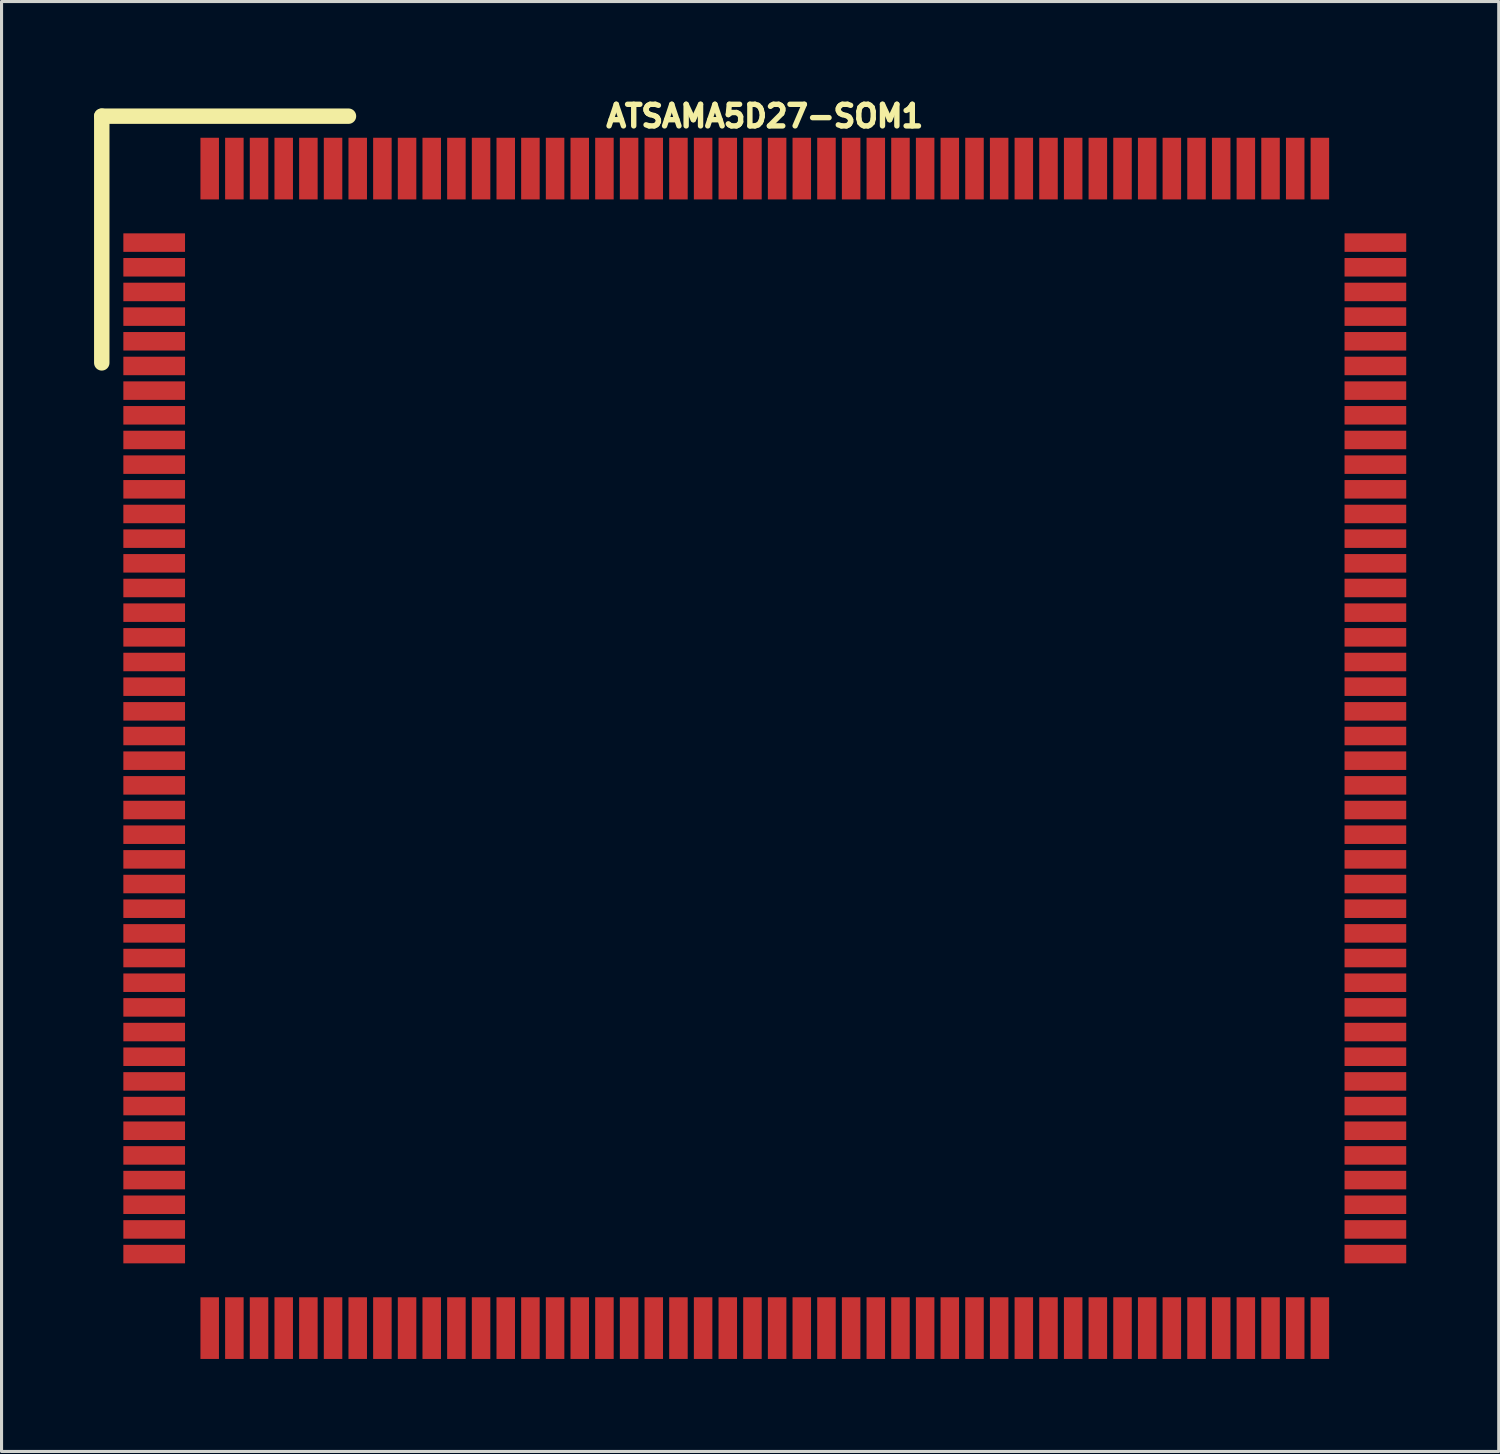
<source format=kicad_pcb>
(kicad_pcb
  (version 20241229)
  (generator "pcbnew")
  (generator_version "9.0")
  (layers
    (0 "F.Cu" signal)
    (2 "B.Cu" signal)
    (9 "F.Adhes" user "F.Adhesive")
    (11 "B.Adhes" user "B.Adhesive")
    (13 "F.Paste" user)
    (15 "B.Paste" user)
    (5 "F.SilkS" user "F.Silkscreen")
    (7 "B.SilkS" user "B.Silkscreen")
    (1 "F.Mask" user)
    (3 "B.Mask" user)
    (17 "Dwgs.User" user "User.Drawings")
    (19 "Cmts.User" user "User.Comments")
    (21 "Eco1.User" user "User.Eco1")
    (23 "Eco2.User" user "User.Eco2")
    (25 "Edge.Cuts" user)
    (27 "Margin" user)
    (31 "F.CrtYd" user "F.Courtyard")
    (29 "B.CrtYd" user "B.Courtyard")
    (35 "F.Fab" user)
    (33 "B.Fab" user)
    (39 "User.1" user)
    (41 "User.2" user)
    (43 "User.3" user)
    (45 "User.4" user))
  (footprint "ATSAMA5D27-SOM1"
    (layer "F.Cu")
    (at 21.75 21.217)
    (property "Reference" "ATSAMA5D27-SOM1" (at 0 -20.5 0) (layer "F.SilkS") (effects (font (size 0.7 0.7) (thickness 0.175) (bold yes))))
    (attr smd)
    (fp_line (start -21.5 -20.5) (end -21.5 -12.5) (stroke (width 0.5) (type default)) (layer "F.SilkS"))
    (fp_line (start -13.5 -20.5) (end -21.5 -20.5) (stroke (width 0.5) (type default)) (layer "F.SilkS"))
    (pad "1" smd rect (at -19.8 -16.4 90) (size 0.6 2) (layers "F.Cu" "F.Mask" "F.Paste"))
    (pad "2" smd rect (at -19.8 -15.6 90) (size 0.6 2) (layers "F.Cu" "F.Mask" "F.Paste"))
    (pad "3" smd rect (at -19.8 -14.8 90) (size 0.6 2) (layers "F.Cu" "F.Mask" "F.Paste"))
    (pad "4" smd rect (at -19.8 -14 90) (size 0.6 2) (layers "F.Cu" "F.Mask" "F.Paste"))
    (pad "5" smd rect (at -19.8 -13.2 90) (size 0.6 2) (layers "F.Cu" "F.Mask" "F.Paste"))
    (pad "6" smd rect (at -19.8 -12.4 90) (size 0.6 2) (layers "F.Cu" "F.Mask" "F.Paste"))
    (pad "7" smd rect (at -19.8 -11.6 90) (size 0.6 2) (layers "F.Cu" "F.Mask" "F.Paste"))
    (pad "8" smd rect (at -19.8 -10.8 90) (size 0.6 2) (layers "F.Cu" "F.Mask" "F.Paste"))
    (pad "9" smd rect (at -19.8 -10 90) (size 0.6 2) (layers "F.Cu" "F.Mask" "F.Paste"))
    (pad "10" smd rect (at -19.8 -9.2 90) (size 0.6 2) (layers "F.Cu" "F.Mask" "F.Paste"))
    (pad "11" smd rect (at -19.8 -8.4 90) (size 0.6 2) (layers "F.Cu" "F.Mask" "F.Paste"))
    (pad "12" smd rect (at -19.8 -7.6 90) (size 0.6 2) (layers "F.Cu" "F.Mask" "F.Paste"))
    (pad "13" smd rect (at -19.8 -6.8 90) (size 0.6 2) (layers "F.Cu" "F.Mask" "F.Paste"))
    (pad "14" smd rect (at -19.8 -6 90) (size 0.6 2) (layers "F.Cu" "F.Mask" "F.Paste"))
    (pad "15" smd rect (at -19.8 -5.2 90) (size 0.6 2) (layers "F.Cu" "F.Mask" "F.Paste"))
    (pad "16" smd rect (at -19.8 -4.4 90) (size 0.6 2) (layers "F.Cu" "F.Mask" "F.Paste"))
    (pad "17" smd rect (at -19.8 -3.6 90) (size 0.6 2) (layers "F.Cu" "F.Mask" "F.Paste"))
    (pad "18" smd rect (at -19.8 -2.8 90) (size 0.6 2) (layers "F.Cu" "F.Mask" "F.Paste"))
    (pad "19" smd rect (at -19.8 -2 90) (size 0.6 2) (layers "F.Cu" "F.Mask" "F.Paste"))
    (pad "20" smd rect (at -19.8 -1.2 90) (size 0.6 2) (layers "F.Cu" "F.Mask" "F.Paste"))
    (pad "21" smd rect (at -19.8 -0.4 90) (size 0.6 2) (layers "F.Cu" "F.Mask" "F.Paste"))
    (pad "22" smd rect (at -19.8 0.4 90) (size 0.6 2) (layers "F.Cu" "F.Mask" "F.Paste"))
    (pad "23" smd rect (at -19.8 1.2 90) (size 0.6 2) (layers "F.Cu" "F.Mask" "F.Paste"))
    (pad "24" smd rect (at -19.8 2 90) (size 0.6 2) (layers "F.Cu" "F.Mask" "F.Paste"))
    (pad "25" smd rect (at -19.8 2.8 90) (size 0.6 2) (layers "F.Cu" "F.Mask" "F.Paste"))
    (pad "26" smd rect (at -19.8 3.6 90) (size 0.6 2) (layers "F.Cu" "F.Mask" "F.Paste"))
    (pad "27" smd rect (at -19.8 4.4 90) (size 0.6 2) (layers "F.Cu" "F.Mask" "F.Paste"))
    (pad "28" smd rect (at -19.8 5.2 90) (size 0.6 2) (layers "F.Cu" "F.Mask" "F.Paste"))
    (pad "29" smd rect (at -19.8 6 90) (size 0.6 2) (layers "F.Cu" "F.Mask" "F.Paste"))
    (pad "30" smd rect (at -19.8 6.8 90) (size 0.6 2) (layers "F.Cu" "F.Mask" "F.Paste"))
    (pad "31" smd rect (at -19.8 7.6 90) (size 0.6 2) (layers "F.Cu" "F.Mask" "F.Paste"))
    (pad "32" smd rect (at -19.8 8.4 90) (size 0.6 2) (layers "F.Cu" "F.Mask" "F.Paste"))
    (pad "33" smd rect (at -19.8 9.2 90) (size 0.6 2) (layers "F.Cu" "F.Mask" "F.Paste"))
    (pad "34" smd rect (at -19.8 10 90) (size 0.6 2) (layers "F.Cu" "F.Mask" "F.Paste"))
    (pad "35" smd rect (at -19.8 10.8 90) (size 0.6 2) (layers "F.Cu" "F.Mask" "F.Paste"))
    (pad "36" smd rect (at -19.8 11.6 90) (size 0.6 2) (layers "F.Cu" "F.Mask" "F.Paste"))
    (pad "37" smd rect (at -19.8 12.4 90) (size 0.6 2) (layers "F.Cu" "F.Mask" "F.Paste"))
    (pad "38" smd rect (at -19.8 13.2 90) (size 0.6 2) (layers "F.Cu" "F.Mask" "F.Paste"))
    (pad "39" smd rect (at -19.8 14 90) (size 0.6 2) (layers "F.Cu" "F.Mask" "F.Paste"))
    (pad "40" smd rect (at -19.8 14.8 90) (size 0.6 2) (layers "F.Cu" "F.Mask" "F.Paste"))
    (pad "41" smd rect (at -19.8 15.6 90) (size 0.6 2) (layers "F.Cu" "F.Mask" "F.Paste"))
    (pad "42" smd rect (at -19.8 16.4 90) (size 0.6 2) (layers "F.Cu" "F.Mask" "F.Paste"))
    (pad "43" smd rect (at -18 18.8 180) (size 0.6 2) (layers "F.Cu" "F.Mask" "F.Paste"))
    (pad "44" smd rect (at -17.2 18.8 180) (size 0.6 2) (layers "F.Cu" "F.Mask" "F.Paste"))
    (pad "45" smd rect (at -16.4 18.8) (size 0.6 2) (layers "F.Cu" "F.Mask" "F.Paste"))
    (pad "46" smd rect (at -15.6 18.8) (size 0.6 2) (layers "F.Cu" "F.Mask" "F.Paste"))
    (pad "47" smd rect (at -14.8 18.8) (size 0.6 2) (layers "F.Cu" "F.Mask" "F.Paste"))
    (pad "48" smd rect (at -14 18.8) (size 0.6 2) (layers "F.Cu" "F.Mask" "F.Paste"))
    (pad "49" smd rect (at -13.2 18.8) (size 0.6 2) (layers "F.Cu" "F.Mask" "F.Paste"))
    (pad "50" smd rect (at -12.4 18.8) (size 0.6 2) (layers "F.Cu" "F.Mask" "F.Paste"))
    (pad "51" smd rect (at -11.6 18.8) (size 0.6 2) (layers "F.Cu" "F.Mask" "F.Paste"))
    (pad "52" smd rect (at -10.8 18.8) (size 0.6 2) (layers "F.Cu" "F.Mask" "F.Paste"))
    (pad "53" smd rect (at -10 18.8) (size 0.6 2) (layers "F.Cu" "F.Mask" "F.Paste"))
    (pad "54" smd rect (at -9.2 18.8) (size 0.6 2) (layers "F.Cu" "F.Mask" "F.Paste"))
    (pad "55" smd rect (at -8.4 18.8) (size 0.6 2) (layers "F.Cu" "F.Mask" "F.Paste"))
    (pad "56" smd rect (at -7.6 18.8) (size 0.6 2) (layers "F.Cu" "F.Mask" "F.Paste"))
    (pad "57" smd rect (at -6.8 18.8) (size 0.6 2) (layers "F.Cu" "F.Mask" "F.Paste"))
    (pad "58" smd rect (at -6 18.8) (size 0.6 2) (layers "F.Cu" "F.Mask" "F.Paste"))
    (pad "59" smd rect (at -5.2 18.8) (size 0.6 2) (layers "F.Cu" "F.Mask" "F.Paste"))
    (pad "60" smd rect (at -4.4 18.8) (size 0.6 2) (layers "F.Cu" "F.Mask" "F.Paste"))
    (pad "61" smd rect (at -3.6 18.8) (size 0.6 2) (layers "F.Cu" "F.Mask" "F.Paste"))
    (pad "62" smd rect (at -2.8 18.8) (size 0.6 2) (layers "F.Cu" "F.Mask" "F.Paste"))
    (pad "63" smd rect (at -2 18.8) (size 0.6 2) (layers "F.Cu" "F.Mask" "F.Paste"))
    (pad "64" smd rect (at -1.2 18.8) (size 0.6 2) (layers "F.Cu" "F.Mask" "F.Paste"))
    (pad "65" smd rect (at -0.4 18.8) (size 0.6 2) (layers "F.Cu" "F.Mask" "F.Paste"))
    (pad "66" smd rect (at 0.4 18.8) (size 0.6 2) (layers "F.Cu" "F.Mask" "F.Paste"))
    (pad "67" smd rect (at 1.2 18.8) (size 0.6 2) (layers "F.Cu" "F.Mask" "F.Paste"))
    (pad "68" smd rect (at 2 18.8) (size 0.6 2) (layers "F.Cu" "F.Mask" "F.Paste"))
    (pad "69" smd rect (at 2.8 18.8) (size 0.6 2) (layers "F.Cu" "F.Mask" "F.Paste"))
    (pad "70" smd rect (at 3.6 18.8) (size 0.6 2) (layers "F.Cu" "F.Mask" "F.Paste"))
    (pad "71" smd rect (at 4.4 18.8) (size 0.6 2) (layers "F.Cu" "F.Mask" "F.Paste"))
    (pad "72" smd rect (at 5.2 18.8) (size 0.6 2) (layers "F.Cu" "F.Mask" "F.Paste"))
    (pad "73" smd rect (at 6 18.8) (size 0.6 2) (layers "F.Cu" "F.Mask" "F.Paste"))
    (pad "74" smd rect (at 6.8 18.8) (size 0.6 2) (layers "F.Cu" "F.Mask" "F.Paste"))
    (pad "75" smd rect (at 7.6 18.8) (size 0.6 2) (layers "F.Cu" "F.Mask" "F.Paste"))
    (pad "76" smd rect (at 8.4 18.8) (size 0.6 2) (layers "F.Cu" "F.Mask" "F.Paste"))
    (pad "77" smd rect (at 9.2 18.8) (size 0.6 2) (layers "F.Cu" "F.Mask" "F.Paste"))
    (pad "78" smd rect (at 10 18.8) (size 0.6 2) (layers "F.Cu" "F.Mask" "F.Paste"))
    (pad "79" smd rect (at 10.8 18.8) (size 0.6 2) (layers "F.Cu" "F.Mask" "F.Paste"))
    (pad "80" smd rect (at 11.6 18.8) (size 0.6 2) (layers "F.Cu" "F.Mask" "F.Paste"))
    (pad "81" smd rect (at 12.4 18.8) (size 0.6 2) (layers "F.Cu" "F.Mask" "F.Paste"))
    (pad "82" smd rect (at 13.2 18.8) (size 0.6 2) (layers "F.Cu" "F.Mask" "F.Paste"))
    (pad "83" smd rect (at 14 18.8) (size 0.6 2) (layers "F.Cu" "F.Mask" "F.Paste"))
    (pad "84" smd rect (at 14.8 18.8) (size 0.6 2) (layers "F.Cu" "F.Mask" "F.Paste"))
    (pad "85" smd rect (at 15.6 18.8) (size 0.6 2) (layers "F.Cu" "F.Mask" "F.Paste"))
    (pad "86" smd rect (at 16.4 18.8) (size 0.6 2) (layers "F.Cu" "F.Mask" "F.Paste"))
    (pad "87" smd rect (at 17.2 18.8) (size 0.6 2) (layers "F.Cu" "F.Mask" "F.Paste"))
    (pad "88" smd rect (at 18 18.8) (size 0.6 2) (layers "F.Cu" "F.Mask" "F.Paste"))
    (pad "89" smd rect (at 19.8 16.4 90) (size 0.6 2) (layers "F.Cu" "F.Mask" "F.Paste"))
    (pad "90" smd rect (at 19.8 15.6 90) (size 0.6 2) (layers "F.Cu" "F.Mask" "F.Paste"))
    (pad "91" smd rect (at 19.8 14.8 90) (size 0.6 2) (layers "F.Cu" "F.Mask" "F.Paste"))
    (pad "92" smd rect (at 19.8 14 90) (size 0.6 2) (layers "F.Cu" "F.Mask" "F.Paste"))
    (pad "93" smd rect (at 19.8 13.2 90) (size 0.6 2) (layers "F.Cu" "F.Mask" "F.Paste"))
    (pad "94" smd rect (at 19.8 12.4 90) (size 0.6 2) (layers "F.Cu" "F.Mask" "F.Paste"))
    (pad "95" smd rect (at 19.8 11.6 90) (size 0.6 2) (layers "F.Cu" "F.Mask" "F.Paste"))
    (pad "96" smd rect (at 19.8 10.8 90) (size 0.6 2) (layers "F.Cu" "F.Mask" "F.Paste"))
    (pad "97" smd rect (at 19.8 10 90) (size 0.6 2) (layers "F.Cu" "F.Mask" "F.Paste"))
    (pad "98" smd rect (at 19.8 9.2 90) (size 0.6 2) (layers "F.Cu" "F.Mask" "F.Paste"))
    (pad "99" smd rect (at 19.8 8.4 90) (size 0.6 2) (layers "F.Cu" "F.Mask" "F.Paste"))
    (pad "100" smd rect (at 19.8 7.6 90) (size 0.6 2) (layers "F.Cu" "F.Mask" "F.Paste"))
    (pad "101" smd rect (at 19.8 6.8 90) (size 0.6 2) (layers "F.Cu" "F.Mask" "F.Paste"))
    (pad "102" smd rect (at 19.8 6 90) (size 0.6 2) (layers "F.Cu" "F.Mask" "F.Paste"))
    (pad "103" smd rect (at 19.8 5.2 90) (size 0.6 2) (layers "F.Cu" "F.Mask" "F.Paste"))
    (pad "104" smd rect (at 19.8 4.4 90) (size 0.6 2) (layers "F.Cu" "F.Mask" "F.Paste"))
    (pad "105" smd rect (at 19.8 3.6 90) (size 0.6 2) (layers "F.Cu" "F.Mask" "F.Paste"))
    (pad "106" smd rect (at 19.8 2.8 90) (size 0.6 2) (layers "F.Cu" "F.Mask" "F.Paste"))
    (pad "107" smd rect (at 19.8 2 90) (size 0.6 2) (layers "F.Cu" "F.Mask" "F.Paste"))
    (pad "108" smd rect (at 19.8 1.2 90) (size 0.6 2) (layers "F.Cu" "F.Mask" "F.Paste"))
    (pad "109" smd rect (at 19.8 0.4 90) (size 0.6 2) (layers "F.Cu" "F.Mask" "F.Paste"))
    (pad "110" smd rect (at 19.8 -0.4 90) (size 0.6 2) (layers "F.Cu" "F.Mask" "F.Paste"))
    (pad "111" smd rect (at 19.8 -1.2 90) (size 0.6 2) (layers "F.Cu" "F.Mask" "F.Paste"))
    (pad "112" smd rect (at 19.8 -2 90) (size 0.6 2) (layers "F.Cu" "F.Mask" "F.Paste"))
    (pad "113" smd rect (at 19.8 -2.8 90) (size 0.6 2) (layers "F.Cu" "F.Mask" "F.Paste"))
    (pad "114" smd rect (at 19.8 -3.6 90) (size 0.6 2) (layers "F.Cu" "F.Mask" "F.Paste"))
    (pad "115" smd rect (at 19.8 -4.4 90) (size 0.6 2) (layers "F.Cu" "F.Mask" "F.Paste"))
    (pad "116" smd rect (at 19.8 -5.2 90) (size 0.6 2) (layers "F.Cu" "F.Mask" "F.Paste"))
    (pad "117" smd rect (at 19.8 -6 90) (size 0.6 2) (layers "F.Cu" "F.Mask" "F.Paste"))
    (pad "118" smd rect (at 19.8 -6.8 90) (size 0.6 2) (layers "F.Cu" "F.Mask" "F.Paste"))
    (pad "119" smd rect (at 19.8 -7.6 90) (size 0.6 2) (layers "F.Cu" "F.Mask" "F.Paste"))
    (pad "120" smd rect (at 19.8 -8.4 90) (size 0.6 2) (layers "F.Cu" "F.Mask" "F.Paste"))
    (pad "121" smd rect (at 19.8 -9.2 90) (size 0.6 2) (layers "F.Cu" "F.Mask" "F.Paste"))
    (pad "122" smd rect (at 19.8 -10 90) (size 0.6 2) (layers "F.Cu" "F.Mask" "F.Paste"))
    (pad "123" smd rect (at 19.8 -10.8 90) (size 0.6 2) (layers "F.Cu" "F.Mask" "F.Paste"))
    (pad "124" smd rect (at 19.8 -11.6 90) (size 0.6 2) (layers "F.Cu" "F.Mask" "F.Paste"))
    (pad "125" smd rect (at 19.8 -12.4 90) (size 0.6 2) (layers "F.Cu" "F.Mask" "F.Paste"))
    (pad "126" smd rect (at 19.8 -13.2 90) (size 0.6 2) (layers "F.Cu" "F.Mask" "F.Paste"))
    (pad "127" smd rect (at 19.8 -14 90) (size 0.6 2) (layers "F.Cu" "F.Mask" "F.Paste"))
    (pad "128" smd rect (at 19.8 -14.8 90) (size 0.6 2) (layers "F.Cu" "F.Mask" "F.Paste"))
    (pad "129" smd rect (at 19.8 -15.6 90) (size 0.6 2) (layers "F.Cu" "F.Mask" "F.Paste"))
    (pad "130" smd rect (at 19.8 -16.4 90) (size 0.6 2) (layers "F.Cu" "F.Mask" "F.Paste"))
    (pad "131" smd rect (at 18 -18.8 180) (size 0.6 2) (layers "F.Cu" "F.Mask" "F.Paste"))
    (pad "132" smd rect (at 17.2 -18.8 180) (size 0.6 2) (layers "F.Cu" "F.Mask" "F.Paste"))
    (pad "133" smd rect (at 16.4 -18.8) (size 0.6 2) (layers "F.Cu" "F.Mask" "F.Paste"))
    (pad "134" smd rect (at 15.6 -18.8) (size 0.6 2) (layers "F.Cu" "F.Mask" "F.Paste"))
    (pad "135" smd rect (at 14.8 -18.8) (size 0.6 2) (layers "F.Cu" "F.Mask" "F.Paste"))
    (pad "136" smd rect (at 14 -18.8) (size 0.6 2) (layers "F.Cu" "F.Mask" "F.Paste"))
    (pad "137" smd rect (at 13.2 -18.8) (size 0.6 2) (layers "F.Cu" "F.Mask" "F.Paste"))
    (pad "138" smd rect (at 12.4 -18.8) (size 0.6 2) (layers "F.Cu" "F.Mask" "F.Paste"))
    (pad "139" smd rect (at 11.6 -18.8) (size 0.6 2) (layers "F.Cu" "F.Mask" "F.Paste"))
    (pad "140" smd rect (at 10.8 -18.8) (size 0.6 2) (layers "F.Cu" "F.Mask" "F.Paste"))
    (pad "141" smd rect (at 10 -18.8) (size 0.6 2) (layers "F.Cu" "F.Mask" "F.Paste"))
    (pad "142" smd rect (at 9.2 -18.8) (size 0.6 2) (layers "F.Cu" "F.Mask" "F.Paste"))
    (pad "143" smd rect (at 8.4 -18.8) (size 0.6 2) (layers "F.Cu" "F.Mask" "F.Paste"))
    (pad "144" smd rect (at 7.6 -18.8) (size 0.6 2) (layers "F.Cu" "F.Mask" "F.Paste"))
    (pad "145" smd rect (at 6.8 -18.8) (size 0.6 2) (layers "F.Cu" "F.Mask" "F.Paste"))
    (pad "146" smd rect (at 6 -18.8) (size 0.6 2) (layers "F.Cu" "F.Mask" "F.Paste"))
    (pad "147" smd rect (at 5.2 -18.8) (size 0.6 2) (layers "F.Cu" "F.Mask" "F.Paste"))
    (pad "148" smd rect (at 4.4 -18.8) (size 0.6 2) (layers "F.Cu" "F.Mask" "F.Paste"))
    (pad "149" smd rect (at 3.6 -18.8) (size 0.6 2) (layers "F.Cu" "F.Mask" "F.Paste"))
    (pad "150" smd rect (at 2.8 -18.8) (size 0.6 2) (layers "F.Cu" "F.Mask" "F.Paste"))
    (pad "151" smd rect (at 2 -18.8) (size 0.6 2) (layers "F.Cu" "F.Mask" "F.Paste"))
    (pad "152" smd rect (at 1.2 -18.8) (size 0.6 2) (layers "F.Cu" "F.Mask" "F.Paste"))
    (pad "153" smd rect (at 0.4 -18.8) (size 0.6 2) (layers "F.Cu" "F.Mask" "F.Paste"))
    (pad "154" smd rect (at -0.4 -18.8) (size 0.6 2) (layers "F.Cu" "F.Mask" "F.Paste"))
    (pad "155" smd rect (at -1.2 -18.8) (size 0.6 2) (layers "F.Cu" "F.Mask" "F.Paste"))
    (pad "156" smd rect (at -2 -18.8) (size 0.6 2) (layers "F.Cu" "F.Mask" "F.Paste"))
    (pad "157" smd rect (at -2.8 -18.8) (size 0.6 2) (layers "F.Cu" "F.Mask" "F.Paste"))
    (pad "158" smd rect (at -3.6 -18.8) (size 0.6 2) (layers "F.Cu" "F.Mask" "F.Paste"))
    (pad "159" smd rect (at -4.4 -18.8) (size 0.6 2) (layers "F.Cu" "F.Mask" "F.Paste"))
    (pad "160" smd rect (at -5.2 -18.8) (size 0.6 2) (layers "F.Cu" "F.Mask" "F.Paste"))
    (pad "161" smd rect (at -6 -18.8) (size 0.6 2) (layers "F.Cu" "F.Mask" "F.Paste"))
    (pad "162" smd rect (at -6.8 -18.8) (size 0.6 2) (layers "F.Cu" "F.Mask" "F.Paste"))
    (pad "163" smd rect (at -7.6 -18.8) (size 0.6 2) (layers "F.Cu" "F.Mask" "F.Paste"))
    (pad "164" smd rect (at -8.4 -18.8) (size 0.6 2) (layers "F.Cu" "F.Mask" "F.Paste"))
    (pad "165" smd rect (at -9.2 -18.8) (size 0.6 2) (layers "F.Cu" "F.Mask" "F.Paste"))
    (pad "166" smd rect (at -10 -18.8) (size 0.6 2) (layers "F.Cu" "F.Mask" "F.Paste"))
    (pad "167" smd rect (at -10.8 -18.8) (size 0.6 2) (layers "F.Cu" "F.Mask" "F.Paste"))
    (pad "168" smd rect (at -11.6 -18.8) (size 0.6 2) (layers "F.Cu" "F.Mask" "F.Paste"))
    (pad "169" smd rect (at -12.4 -18.8) (size 0.6 2) (layers "F.Cu" "F.Mask" "F.Paste"))
    (pad "170" smd rect (at -13.2 -18.8) (size 0.6 2) (layers "F.Cu" "F.Mask" "F.Paste"))
    (pad "171" smd rect (at -14 -18.8) (size 0.6 2) (layers "F.Cu" "F.Mask" "F.Paste"))
    (pad "172" smd rect (at -14.8 -18.8) (size 0.6 2) (layers "F.Cu" "F.Mask" "F.Paste"))
    (pad "173" smd rect (at -15.6 -18.8) (size 0.6 2) (layers "F.Cu" "F.Mask" "F.Paste"))
    (pad "174" smd rect (at -16.4 -18.8) (size 0.6 2) (layers "F.Cu" "F.Mask" "F.Paste"))
    (pad "175" smd rect (at -17.2 -18.8) (size 0.6 2) (layers "F.Cu" "F.Mask" "F.Paste"))
    (pad "176" smd rect (at -18 -18.8) (size 0.6 2) (layers "F.Cu" "F.Mask" "F.Paste")))
  (gr_rect
    (start -3 -3)
    (end 45.55 44.017)
    (stroke (width 0.1) (type default))
    (fill no)
    (layer "Edge.Cuts")))
</source>
